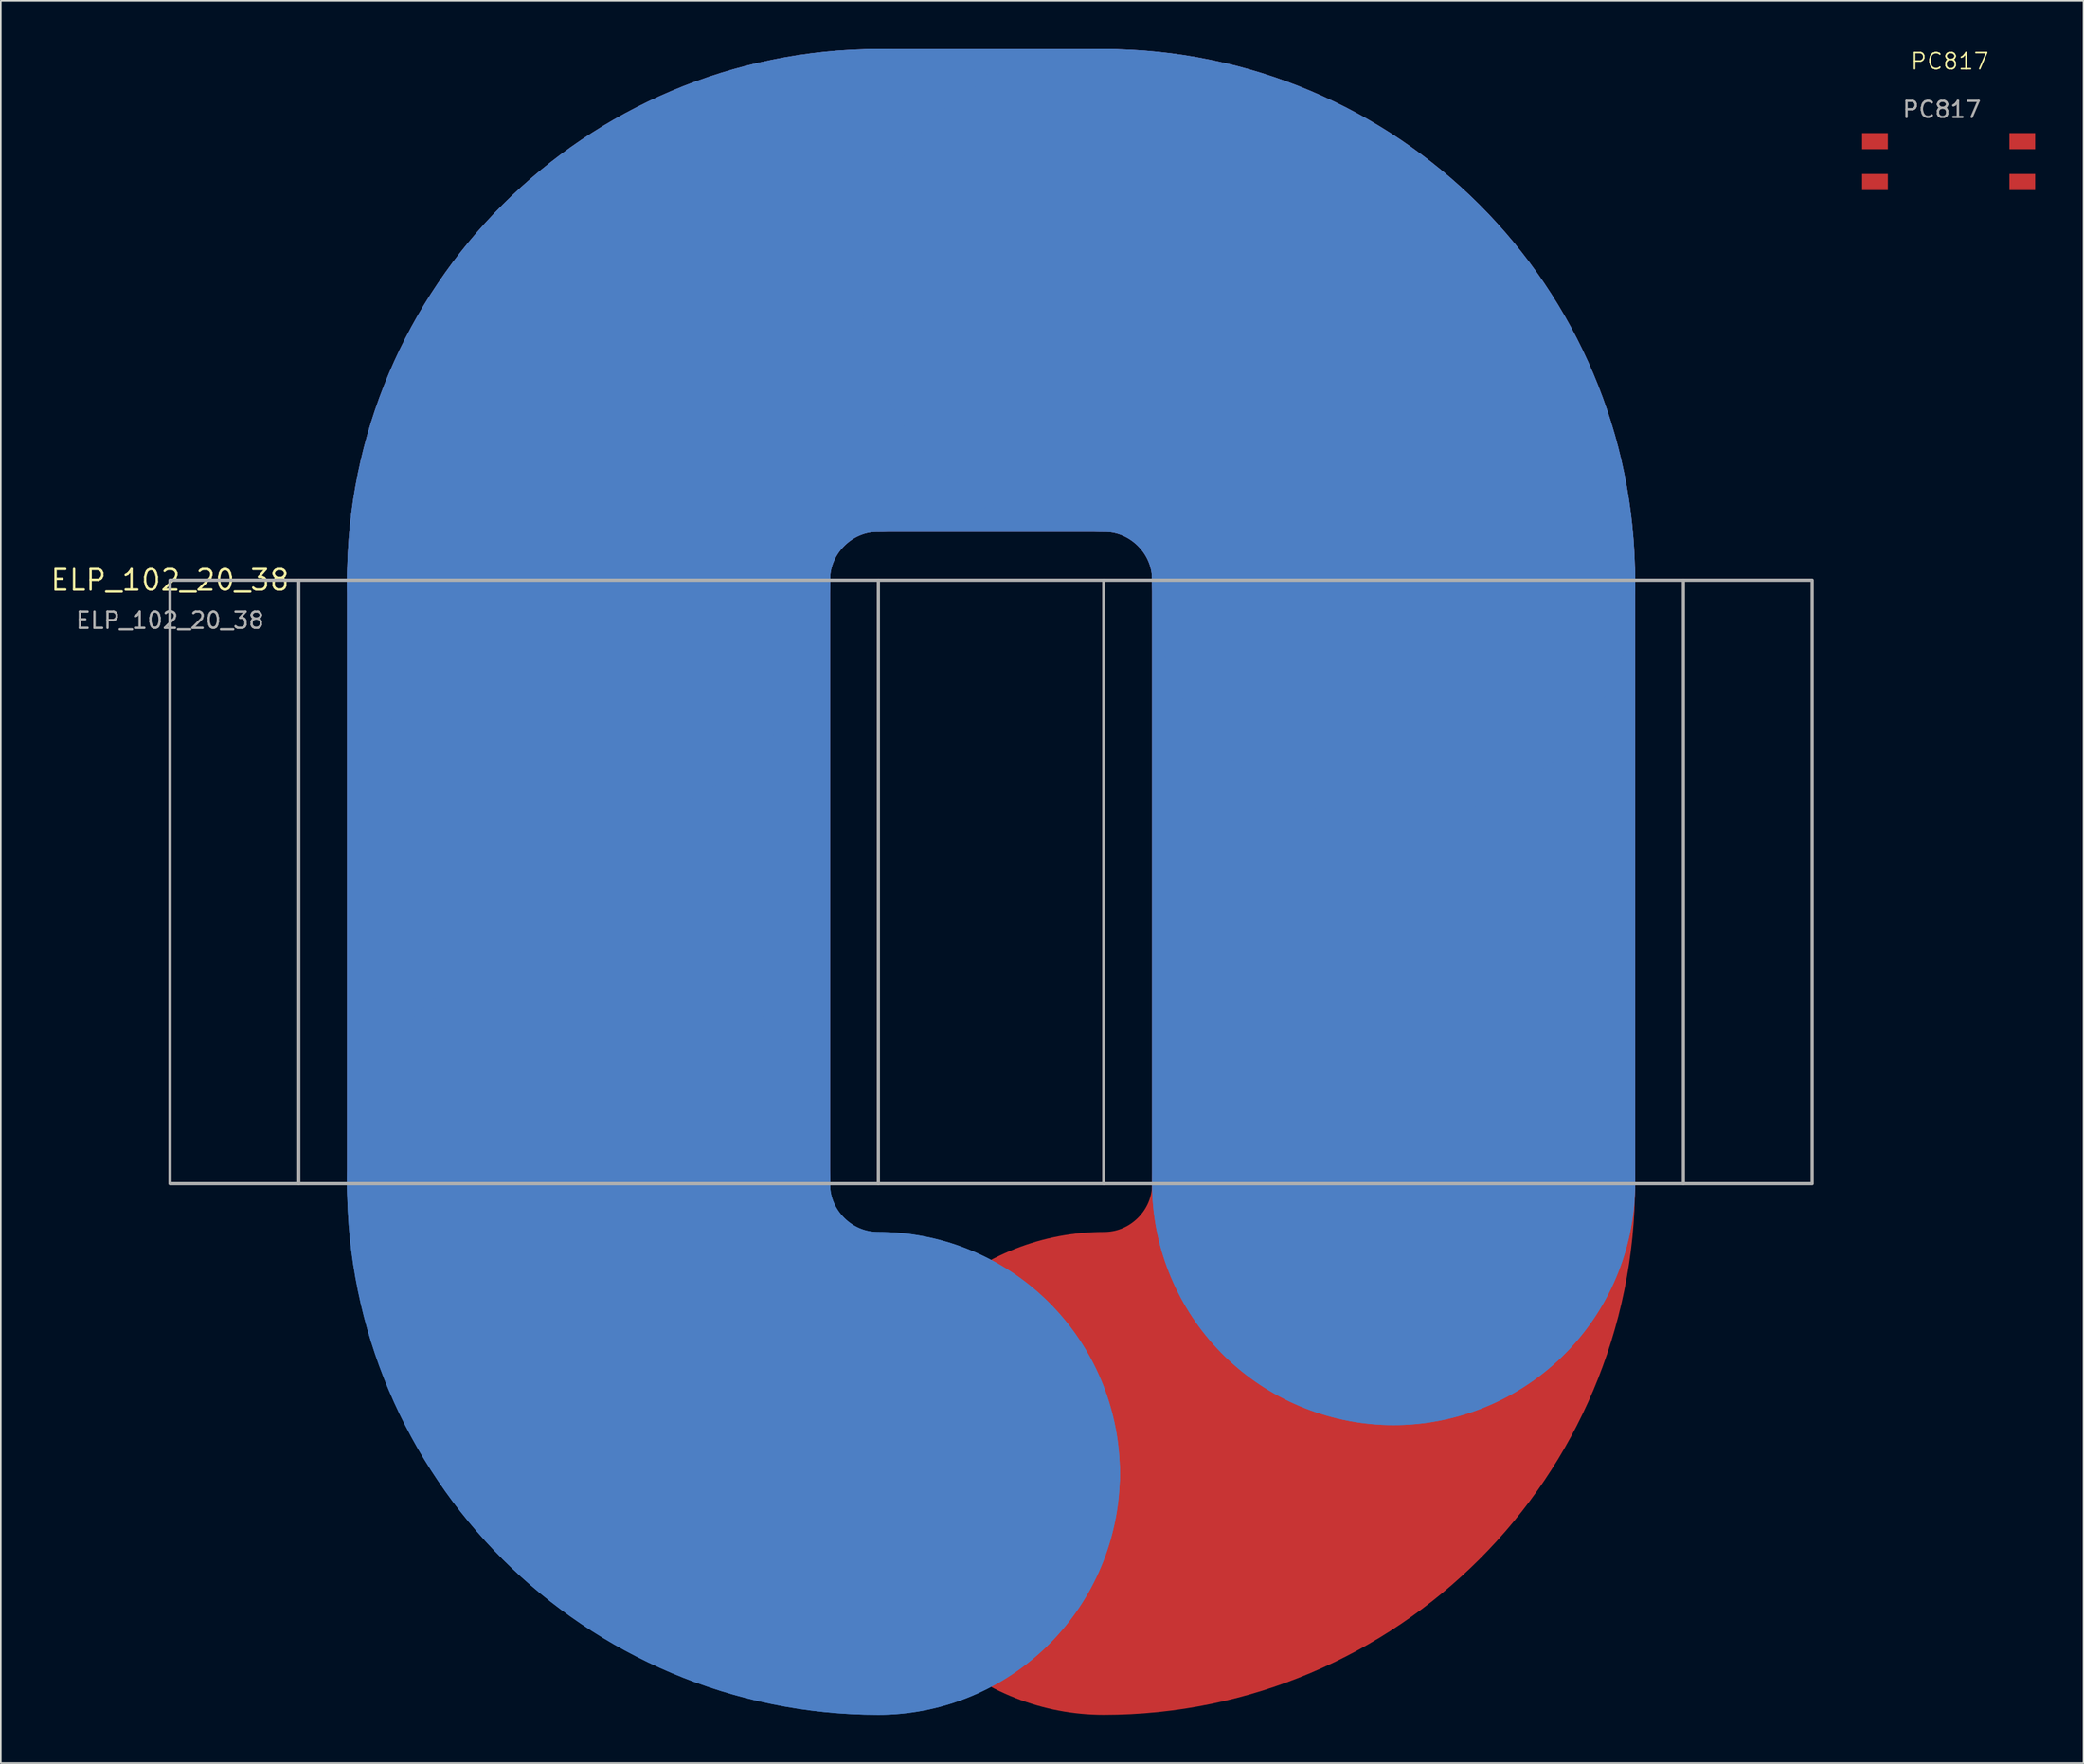
<source format=kicad_pcb>
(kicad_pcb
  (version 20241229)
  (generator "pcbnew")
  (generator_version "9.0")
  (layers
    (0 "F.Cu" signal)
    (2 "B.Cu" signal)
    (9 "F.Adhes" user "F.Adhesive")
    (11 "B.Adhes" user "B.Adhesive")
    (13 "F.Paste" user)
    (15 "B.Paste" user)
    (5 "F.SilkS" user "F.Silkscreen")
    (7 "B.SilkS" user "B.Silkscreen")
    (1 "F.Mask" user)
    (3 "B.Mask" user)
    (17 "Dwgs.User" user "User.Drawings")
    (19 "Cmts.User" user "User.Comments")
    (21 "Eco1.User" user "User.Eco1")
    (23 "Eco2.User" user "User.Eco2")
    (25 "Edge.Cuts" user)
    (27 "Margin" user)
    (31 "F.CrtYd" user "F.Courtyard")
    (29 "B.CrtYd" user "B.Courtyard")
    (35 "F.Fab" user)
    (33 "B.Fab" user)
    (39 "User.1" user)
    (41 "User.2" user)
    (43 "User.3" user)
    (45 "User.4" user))
  (footprint "PC817"
    (layer "F.Cu")
    (at 117.556 1.26)
    (property "Reference" "PC817" (at 0.5 -0.5 0) (unlocked yes) (layer "F.SilkS") (effects (font (size 1 1) (thickness 0.1))))
    (fp_text user "${REFERENCE}" (at 0 2.5 0) (unlocked yes) (layer "F.Fab") (effects (font (size 1 1) (thickness 0.15))))
    (pad "1" smd rect (at -4.15 4.46) (size 1.6 1) (layers "F.Cu" "F.Mask" "F.Paste"))
    (pad "2" smd rect (at -4.15 7) (size 1.6 1) (layers "F.Cu" "F.Mask" "F.Paste"))
    (pad "3" smd rect (at 5 7) (size 1.6 1) (layers "F.Cu" "F.Mask" "F.Paste"))
    (pad "4" smd rect (at 5 4.46) (size 1.6 1) (layers "F.Cu" "F.Mask" "F.Paste")))
  (footprint "ELP_102_20_38"
    (layer "F.Cu")
    (at 7.506 33)
    (property "Reference" "ELP_102_20_38" (at 0 0 0) (layer "F.SilkS") (effects (font (size 1.27 1.27) (thickness 0.15))))
    (fp_line (start 26 0) (end 26 37.5) (stroke (width 30) (type default)) (layer "F.Cu"))
    (fp_line (start 58 -18) (end 44 -18) (stroke (width 30) (type default)) (layer "F.Cu"))
    (fp_line (start 76 37.5) (end 76 0) (stroke (width 30) (type default)) (layer "F.Cu"))
    (fp_arc (start 26 0) (mid 31.272078 -12.727922) (end 44 -18) (stroke (width 30) (type solid)) (layer "F.Cu"))
    (fp_arc (start 58 -18) (mid 70.727922 -12.727922) (end 76 0) (stroke (width 30) (type solid)) (layer "F.Cu"))
    (fp_arc (start 76 37.5) (mid 70.727922 50.227922) (end 58 55.5) (stroke (width 30) (type solid)) (layer "F.Cu"))
    (fp_line (start 26 0) (end 26 37.5) (stroke (width 30) (type default)) (layer "B.Cu"))
    (fp_line (start 26 0) (end 26 37.5) (stroke (width 30) (type default)) (layer "B.Cu"))
    (fp_line (start 58 -18) (end 44 -18) (stroke (width 30) (type default)) (layer "B.Cu"))
    (fp_line (start 58 -18) (end 44 -18) (stroke (width 30) (type default)) (layer "B.Cu"))
    (fp_line (start 76 37.5) (end 76 0) (stroke (width 30) (type default)) (layer "B.Cu"))
    (fp_line (start 76 37.5) (end 76 0) (stroke (width 30) (type default)) (layer "B.Cu"))
    (fp_arc (start 26 0) (mid 31.272078 -12.727922) (end 44 -18) (stroke (width 30) (type solid)) (layer "B.Cu"))
    (fp_arc (start 26 0) (mid 31.272078 -12.727922) (end 44 -18) (stroke (width 30) (type solid)) (layer "B.Cu"))
    (fp_arc (start 44 55.5) (mid 31.272078 50.227922) (end 26 37.5) (stroke (width 30) (type solid)) (layer "B.Cu"))
    (fp_arc (start 44 55.5) (mid 31.272078 50.227922) (end 26 37.5) (stroke (width 30) (type solid)) (layer "B.Cu"))
    (fp_arc (start 58 -18) (mid 70.727922 -12.727922) (end 76 0) (stroke (width 30) (type solid)) (layer "B.Cu"))
    (fp_arc (start 58 -18) (mid 70.727922 -12.727922) (end 76 0) (stroke (width 30) (type solid)) (layer "B.Cu"))
    (fp_line (start 14.562 0) (end 14.562 37.5) (stroke (width 7.125) (type default)) (layer "In1.Cu"))
    (fp_line (start 22.188 0) (end 22.188 37.5) (stroke (width 7.125) (type default)) (layer "In1.Cu"))
    (fp_line (start 29.812 0) (end 29.812 37.5) (stroke (width 7.125) (type default)) (layer "In1.Cu"))
    (fp_line (start 37.438 0) (end 37.438 37.5) (stroke (width 7.125) (type default)) (layer "In1.Cu"))
    (fp_line (start 44 44.062) (end 58 44.062) (stroke (width 7.125) (type default)) (layer "In1.Cu"))
    (fp_line (start 44 51.688) (end 58 51.688) (stroke (width 7.125) (type default)) (layer "In1.Cu"))
    (fp_line (start 44 59.312) (end 58 59.312) (stroke (width 7.125) (type default)) (layer "In1.Cu"))
    (fp_line (start 44 66.938) (end 58 66.938) (stroke (width 7.125) (type default)) (layer "In1.Cu"))
    (fp_line (start 58 -29.438) (end 51.625 -29.438) (stroke (width 7.125) (type default)) (layer "In1.Cu"))
    (fp_line (start 58 -21.812) (end 51.625 -21.812) (stroke (width 7.125) (type default)) (layer "In1.Cu"))
    (fp_line (start 58 -14.188) (end 51.625 -14.188) (stroke (width 7.125) (type default)) (layer "In1.Cu"))
    (fp_line (start 64.562 37.5) (end 64.562 0) (stroke (width 7.125) (type default)) (layer "In1.Cu"))
    (fp_line (start 72.188 37.5) (end 72.188 0) (stroke (width 7.125) (type default)) (layer "In1.Cu"))
    (fp_line (start 79.812 37.5) (end 79.812 0) (stroke (width 7.125) (type default)) (layer "In1.Cu"))
    (fp_line (start 87.438 37.5) (end 87.438 0) (stroke (width 7.125) (type default)) (layer "In1.Cu"))
    (fp_arc (start 22.1875 0) (mid 30.809544 -20.815456) (end 51.625 -29.4375) (stroke (width 7.125) (type solid)) (layer "In1.Cu"))
    (fp_arc (start 29.8125 0) (mid 36.201233 -15.423767) (end 51.625 -21.8125) (stroke (width 7.125) (type solid)) (layer "In1.Cu"))
    (fp_arc (start 37.4375 0) (mid 41.592923 -10.032077) (end 51.625 -14.1875) (stroke (width 7.125) (type solid)) (layer "In1.Cu"))
    (fp_arc (start 44 44.0625) (mid 39.359612 42.140388) (end 37.4375 37.5) (stroke (width 7.125) (type solid)) (layer "In1.Cu"))
    (fp_arc (start 44 51.6875) (mid 33.967923 47.532077) (end 29.8125 37.5) (stroke (width 7.125) (type solid)) (layer "In1.Cu"))
    (fp_arc (start 44 59.3125) (mid 28.576233 52.923767) (end 22.1875 37.5) (stroke (width 7.125) (type solid)) (layer "In1.Cu"))
    (fp_arc (start 44 66.9375) (mid 23.184544 58.315456) (end 14.5625 37.5) (stroke (width 7.125) (type solid)) (layer "In1.Cu"))
    (fp_arc (start 58 -29.4375) (mid 78.815456 -20.815456) (end 87.4375 0) (stroke (width 7.125) (type solid)) (layer "In1.Cu"))
    (fp_arc (start 58 -21.8125) (mid 73.423767 -15.423767) (end 79.8125 0) (stroke (width 7.125) (type solid)) (layer "In1.Cu"))
    (fp_arc (start 58 -14.1875) (mid 68.032077 -10.032077) (end 72.1875 0) (stroke (width 7.125) (type solid)) (layer "In1.Cu"))
    (fp_arc (start 58 -6.5625) (mid 62.640388 -4.640388) (end 64.5625 0) (stroke (width 7.125) (type solid)) (layer "In1.Cu"))
    (fp_arc (start 64.5625 37.5) (mid 62.640388 42.140388) (end 58 44.0625) (stroke (width 7.125) (type solid)) (layer "In1.Cu"))
    (fp_arc (start 72.1875 37.5) (mid 68.032077 47.532077) (end 58 51.6875) (stroke (width 7.125) (type solid)) (layer "In1.Cu"))
    (fp_arc (start 79.8125 37.5) (mid 73.423767 52.923767) (end 58 59.3125) (stroke (width 7.125) (type solid)) (layer "In1.Cu"))
    (fp_arc (start 87.4375 37.5) (mid 78.815456 58.315456) (end 58 66.9375) (stroke (width 7.125) (type solid)) (layer "In1.Cu"))
    (fp_line (start 8 0) (end 8 37.5) (stroke (width 0.2) (type default)) (layer "F.Fab"))
    (fp_line (start 44 0) (end 44 37.5) (stroke (width 0.2) (type default)) (layer "F.Fab"))
    (fp_line (start 58 0) (end 58 37.5) (stroke (width 0.2) (type default)) (layer "F.Fab"))
    (fp_line (start 94 0) (end 94 37.5) (stroke (width 0.2) (type default)) (layer "F.Fab"))
    (fp_rect (start 0 0) (end 102 37.5) (stroke (width 0.2) (type solid)) (fill no) (layer "F.Fab"))
    (fp_text user "${REFERENCE}" (at 0 2.5 0) (unlocked yes) (layer "F.Fab") (effects (font (size 1 1) (thickness 0.15))))
    (pad "1" smd roundrect (at 58 -6.562) (size 2 1.4) (layers "In1.Cu") (roundrect_rratio 0.18))
    (pad "2" smd roundrect (at 14.562 0) (size 2 1.4) (layers "In1.Cu") (roundrect_rratio 0.18))
    (pad "3" smd roundrect (at 26 37.5) (size 2 1.4) (layers "F.Cu") (roundrect_rratio 0.18))
    (pad "4" smd roundrect (at 58 55.5) (size 2 1.4) (layers "*.Cu") (roundrect_rratio 0.18))
    (pad "5" smd roundrect (at 76 37.5) (size 2 1.4) (layers "B.Cu") (roundrect_rratio 0.18)))
  (gr_rect
    (start -3 -3)
    (end 126.356 106.5)
    (stroke (width 0.1) (type default))
    (fill no)
    (layer "Edge.Cuts")))
</source>
